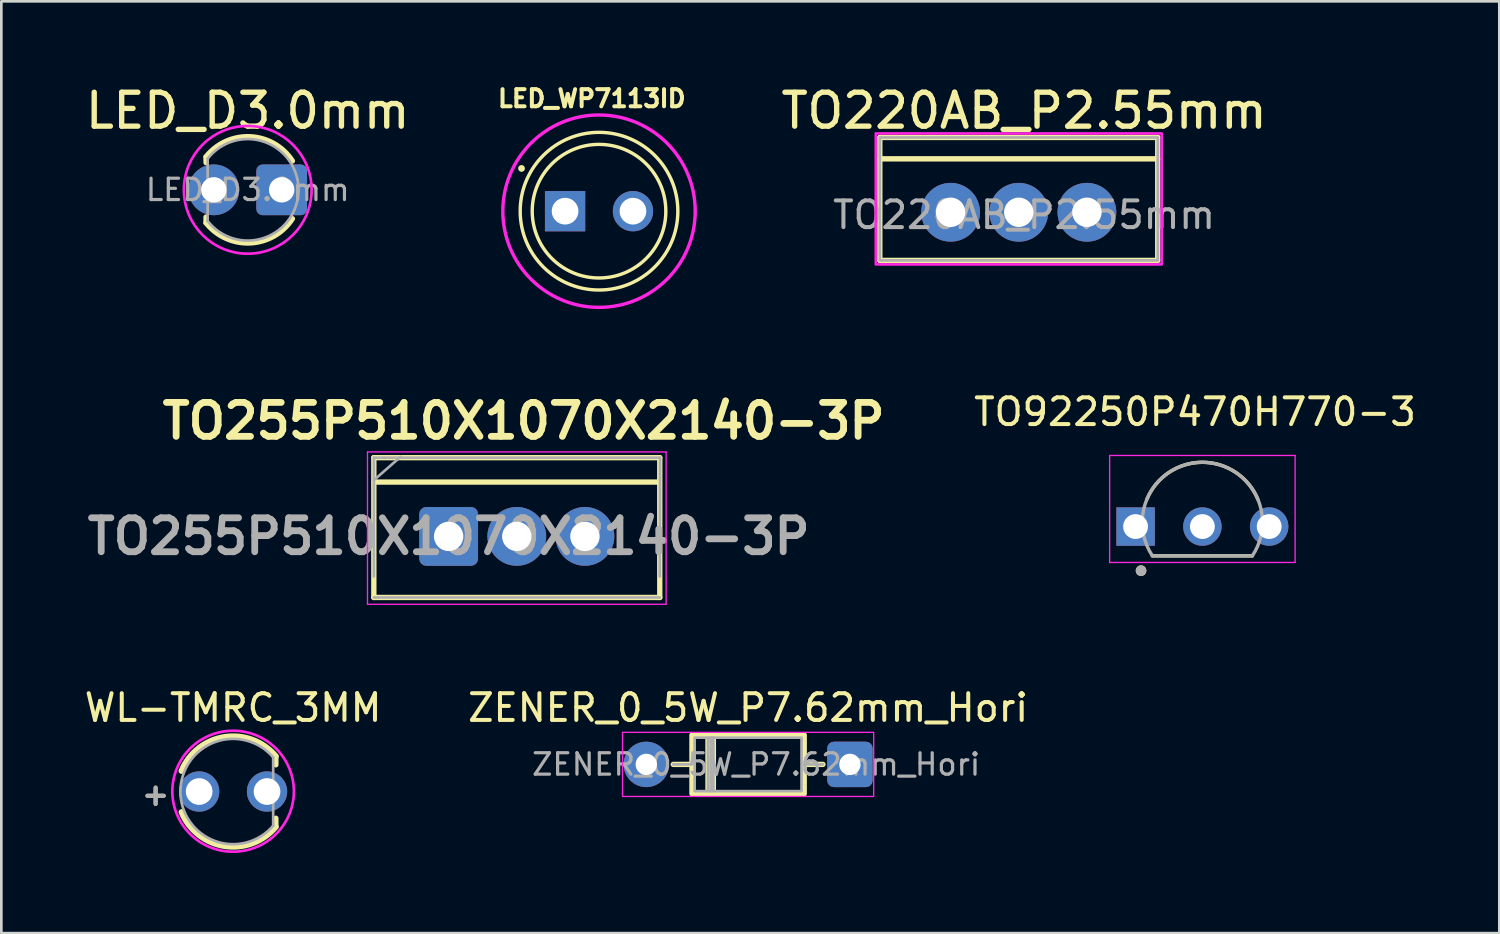
<source format=kicad_pcb>
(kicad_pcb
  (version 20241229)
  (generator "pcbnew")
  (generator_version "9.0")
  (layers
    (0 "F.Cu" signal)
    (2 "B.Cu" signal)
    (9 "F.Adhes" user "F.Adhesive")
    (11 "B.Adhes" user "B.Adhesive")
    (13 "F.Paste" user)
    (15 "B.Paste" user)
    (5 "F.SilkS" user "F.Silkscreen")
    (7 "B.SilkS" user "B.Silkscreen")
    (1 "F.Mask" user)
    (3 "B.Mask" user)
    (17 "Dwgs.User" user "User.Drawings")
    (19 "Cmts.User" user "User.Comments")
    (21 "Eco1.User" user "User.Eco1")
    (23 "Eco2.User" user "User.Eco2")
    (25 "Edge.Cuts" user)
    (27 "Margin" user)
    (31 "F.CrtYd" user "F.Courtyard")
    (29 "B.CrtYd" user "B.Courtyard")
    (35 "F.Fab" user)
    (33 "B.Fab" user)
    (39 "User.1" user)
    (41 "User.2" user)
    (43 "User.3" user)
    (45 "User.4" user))
  (footprint "TO220AB_P2.55mm"
    (layer "F.Cu")
    (at 35.075 4.894)
    (property "Reference" "TO220AB_P2.55mm" (at 0.2 -3.8 0) (layer "F.SilkS") (effects (font (size 1.27 1.27) (thickness 0.2))))
    (attr through_hole)
    (fp_line (start -5.2 -2.8) (end -5.2 1.8) (stroke (width 0.2) (type solid)) (layer "F.SilkS"))
    (fp_line (start -5.2 -2) (end 5.2 -2) (stroke (width 0.2) (type solid)) (layer "F.SilkS"))
    (fp_line (start -5.2 1.8) (end 5.2 1.8) (stroke (width 0.2) (type solid)) (layer "F.SilkS"))
    (fp_line (start 5.2 -2.8) (end -5.2 -2.8) (stroke (width 0.2) (type solid)) (layer "F.SilkS"))
    (fp_line (start 5.2 1.8) (end 5.2 -2.8) (stroke (width 0.2) (type solid)) (layer "F.SilkS"))
    (fp_rect (start -5.35 -2.95) (end 5.35 1.95) (stroke (width 0.1) (type default)) (fill no) (layer "F.CrtYd"))
    (fp_rect (start -5.2 -2.8) (end 5.2 1.8) (stroke (width 0.1) (type default)) (fill no) (layer "F.Fab"))
    (fp_text user "${REFERENCE}" (at 0.2 0.1 0) (layer "F.Fab") (effects (font (size 1 1) (thickness 0.15))))
    (pad "1" thru_hole circle (at -2.55 0) (size 2.2 2.2) (drill 1.1) (layers "*.Cu" "*.Mask"))
    (pad "2" thru_hole circle (at 0 0) (size 2.2 2.2) (drill 1.1) (layers "*.Cu" "*.Mask"))
    (pad "3" thru_hole circle (at 2.55 0) (size 2.2 2.2) (drill 1.1) (layers "*.Cu" "*.Mask")))
  (footprint "TO255P510X1070X2140-3P"
    (layer "F.Cu")
    (at 16.29 17.023)
    (property "Reference" "TO255P510X1070X2140-3P" (at 0.254 -4.318 0) (layer "F.SilkS") (effects (font (size 1.27 1.27) (thickness 0.254))))
    (attr through_hole)
    (fp_line (start -5.35 -2.946) (end -5.35 2.286) (stroke (width 0.2) (type solid)) (layer "F.SilkS"))
    (fp_line (start -5.35 2.286) (end 5.35 2.286) (stroke (width 0.2) (type solid)) (layer "F.SilkS"))
    (fp_line (start -5.334 -2.032) (end 5.334 -2.032) (stroke (width 0.2) (type solid)) (layer "F.SilkS"))
    (fp_line (start 5.35 -2.946) (end -5.35 -2.946) (stroke (width 0.2) (type solid)) (layer "F.SilkS"))
    (fp_line (start 5.35 2.286) (end 5.35 -2.946) (stroke (width 0.2) (type solid)) (layer "F.SilkS"))
    (fp_line (start -5.588 -3.161) (end 5.588 -3.161) (stroke (width 0.05) (type solid)) (layer "F.CrtYd"))
    (fp_line (start -5.588 2.54) (end -5.588 -3.161) (stroke (width 0.05) (type solid)) (layer "F.CrtYd"))
    (fp_line (start 5.588 -3.161) (end 5.588 2.54) (stroke (width 0.05) (type solid)) (layer "F.CrtYd"))
    (fp_line (start 5.588 2.54) (end -5.588 2.54) (stroke (width 0.05) (type solid)) (layer "F.CrtYd"))
    (fp_line (start -5.35 -2.103) (end -4.35 -2.978) (stroke (width 0.1) (type solid)) (layer "F.Fab"))
    (fp_line (start -5.35 1.5) (end -5.35 -2.946) (stroke (width 0.1) (type solid)) (layer "F.Fab"))
    (fp_line (start -5.34 -2.946) (end 5.36 -2.946) (stroke (width 0.1) (type solid)) (layer "F.Fab"))
    (fp_line (start 5.35 2.286) (end -5.35 2.286) (stroke (width 0.1) (type solid)) (layer "F.Fab"))
    (fp_line (start 5.36 -2.946) (end 5.35 1.5) (stroke (width 0.1) (type solid)) (layer "F.Fab"))
    (fp_text user "${REFERENCE}" (at -2.55 0 0) (layer "F.Fab") (effects (font (size 1.27 1.27) (thickness 0.254))))
    (pad "1" thru_hole roundrect (at -2.55 0) (size 2.2 2.2) (drill 1.1) (layers "*.Cu" "*.Mask") (roundrect_rratio 0.119))
    (pad "2" thru_hole circle (at 0 0) (size 2.2 2.2) (drill 1.1) (layers "*.Cu" "*.Mask"))
    (pad "3" thru_hole circle (at 2.55 0) (size 2.2 2.2) (drill 1.1) (layers "*.Cu" "*.Mask")))
  (footprint "LED_WP7113ID"
    (layer "F.Cu")
    (at 19.367 4.853)
    (property "Reference" "LED_WP7113ID" (at -0.269 -4.214 0) (layer "F.SilkS") (effects (font (size 0.641 0.641) (thickness 0.15))))
    (attr through_hole)
    (fp_circle (center -2.9 -1.6) (end -2.773 -1.6) (stroke (width 0) (type solid)) (fill yes) (layer "F.SilkS"))
    (fp_circle (center 0 0) (end 2.5 0) (stroke (width 0.127) (type solid)) (fill no) (layer "F.SilkS"))
    (fp_circle (center 0 0) (end 2.95 0) (stroke (width 0.127) (type solid)) (fill no) (layer "F.SilkS"))
    (fp_circle (center 0 0) (end 3.6 0) (stroke (width 0.127) (type solid)) (fill no) (layer "F.CrtYd"))
    (pad "A" thru_hole circle (at 1.27 0) (size 1.508 1.508) (drill 1) (layers "*.Cu" "*.Mask"))
    (pad "C" thru_hole rect (at -1.27 0) (size 1.508 1.508) (drill 1) (layers "*.Cu" "*.Mask")))
  (footprint "LED_D3.0mm"
    (layer "F.Cu")
    (at 6.221 4.054)
    (property "Reference" "LED_D3.0mm" (at 0 -2.96 0) (layer "F.SilkS") (effects (font (size 1.27 1.27) (thickness 0.2))))
    (attr through_hole)
    (fp_line (start -1.56 -1.236) (end -1.56 -1.02) (stroke (width 0.2) (type solid)) (layer "F.SilkS"))
    (fp_line (start -1.56 1.02) (end -1.56 1.236) (stroke (width 0.2) (type solid)) (layer "F.SilkS"))
    (fp_arc (start -1.56 -1.235516) (mid 0.09566 -1.987699) (end 1.671437 -1.08) (stroke (width 0.2) (type solid)) (layer "F.SilkS"))
    (fp_arc (start 1.671437 1.08) (mid 0.09566 1.987699) (end -1.56 1.235516) (stroke (width 0.2) (type solid)) (layer "F.SilkS"))
    (fp_circle (center 0 0) (end 1.45 -1.9) (stroke (width 0.1) (type default)) (fill no) (layer "F.CrtYd"))
    (fp_line (start -1.5 -1.166) (end -1.5 1.166) (stroke (width 0.1) (type solid)) (layer "F.Fab"))
    (fp_arc (start -1.5 -1.16619) (mid 1.9 0) (end -1.5 1.16619) (stroke (width 0.1) (type solid)) (layer "F.Fab"))
    (fp_text user "${REFERENCE}" (at 0 0 0) (layer "F.Fab") (effects (font (size 0.8 0.8) (thickness 0.12))))
    (pad "1" thru_hole circle (at -1.27 0) (size 1.9 1.9) (drill 0.95) (layers "*.Cu" "*.Mask"))
    (pad "2" thru_hole roundrect (at 1.27 0) (size 1.9 1.9) (drill 0.95) (layers "*.Cu" "*.Mask") (roundrect_rratio 0.125)))
  (footprint "WL-TMRC_3MM"
    (layer "F.Cu")
    (at 5.673 26.571)
    (property "Reference" "WL-TMRC_3MM" (at 0 -3.135 0) (layer "F.SilkS") (effects (font (size 1 1) (thickness 0.15))))
    (attr through_hole)
    (fp_line (start 1.6 -1) (end 1.6 -1.32) (stroke (width 0.2) (type solid)) (layer "F.SilkS"))
    (fp_line (start 1.6 1) (end 1.6 1.32) (stroke (width 0.2) (type solid)) (layer "F.SilkS"))
    (fp_arc (start -1.93 -0.77) (mid -0.320357 -2.042113) (end 1.6 -1.319999) (stroke (width 0.22) (type solid)) (layer "F.SilkS"))
    (fp_arc (start 1.6 1.319999) (mid -0.320357 2.042113) (end -1.93 0.77) (stroke (width 0.22) (type solid)) (layer "F.SilkS"))
    (fp_poly (pts (xy 0 2.25) (xy -0.131 2.247) (xy -0.249 2.238) (xy -0.366 2.222) (xy -0.483 2.201) (xy -0.598 2.173) (xy -0.712 2.139) (xy -0.823 2.1) (xy -0.933 2.054) (xy -1.04 2.003) (xy -1.144 1.947) (xy -1.245 1.885) (xy -1.342 1.818) (xy -1.436 1.746) (xy -1.526 1.669) (xy -1.612 1.587) (xy -1.694 1.501) (xy -1.771 1.411) (xy -1.843 1.317) (xy -1.91 1.22) (xy -1.972 1.119) (xy -2.028 1.015) (xy -2.079 0.908) (xy -2.125 0.798) (xy -2.164 0.687) (xy -2.198 0.573) (xy -2.226 0.458) (xy -2.247 0.341) (xy -2.263 0.224) (xy -2.272 0.106) (xy -2.275 0) (xy -2.272 -0.119) (xy -2.263 -0.238) (xy -2.247 -0.356) (xy -2.225 -0.473) (xy -2.197 -0.589) (xy -2.164 -0.703) (xy -2.124 -0.815) (xy -2.078 -0.925) (xy -2.027 -1.033) (xy -1.97 -1.137) (xy -1.908 -1.239) (xy -1.841 -1.337) (xy -1.768 -1.432) (xy -1.691 -1.522) (xy -1.609 -1.609) (xy -1.522 -1.691) (xy -1.432 -1.768) (xy -1.337 -1.841) (xy -1.239 -1.908) (xy -1.137 -1.97) (xy -1.033 -2.027) (xy -0.925 -2.078) (xy -0.815 -2.124) (xy -0.703 -2.164) (xy -0.589 -2.197) (xy -0.473 -2.225) (xy -0.356 -2.247) (xy -0.238 -2.263) (xy -0.119 -2.272) (xy 0 -2.275) (xy 0.119 -2.272) (xy 0.238 -2.263) (xy 0.356 -2.247) (xy 0.473 -2.225) (xy 0.589 -2.197) (xy 0.703 -2.164) (xy 0.815 -2.124) (xy 0.925 -2.078) (xy 1.033 -2.027) (xy 1.138 -1.97) (xy 1.239 -1.908) (xy 1.337 -1.841) (xy 1.432 -1.768) (xy 1.522 -1.691) (xy 1.609 -1.609) (xy 1.691 -1.522) (xy 1.768 -1.432) (xy 1.841 -1.337) (xy 1.908 -1.239) (xy 1.97 -1.137) (xy 2.027 -1.033) (xy 2.078 -0.925) (xy 2.124 -0.815) (xy 2.164 -0.703) (xy 2.197 -0.589) (xy 2.225 -0.473) (xy 2.247 -0.356) (xy 2.263 -0.238) (xy 2.272 -0.119) (xy 2.275 0) (xy 2.272 0.106) (xy 2.263 0.224) (xy 2.247 0.341) (xy 2.226 0.458) (xy 2.198 0.573) (xy 2.164 0.687) (xy 2.125 0.798) (xy 2.079 0.908) (xy 2.028 1.015) (xy 1.972 1.119) (xy 1.91 1.22) (xy 1.843 1.317) (xy 1.771 1.411) (xy 1.694 1.501) (xy 1.612 1.587) (xy 1.526 1.669) (xy 1.436 1.746) (xy 1.342 1.818) (xy 1.245 1.885) (xy 1.144 1.947) (xy 1.04 2.003) (xy 0.933 2.054) (xy 0.823 2.1) (xy 0.712 2.139) (xy 0.598 2.173) (xy 0.483 2.201) (xy 0.366 2.222) (xy 0.249 2.238) (xy 0.131 2.247) (xy 0 2.25)) (stroke (width 0.1) (type solid)) (fill no) (layer "F.CrtYd"))
    (fp_line (start 1.5 -1.28) (end 1.5 1.28) (stroke (width 0.1) (type solid)) (layer "F.Fab"))
    (fp_arc (start 1.5 1.28) (mid -1.971147 0) (end 1.5 -1.28) (stroke (width 0.1) (type solid)) (layer "F.Fab"))
    (fp_text user "+" (at -2.9 0.1 0) (layer "F.SilkS") (effects (font (size 0.8 0.8) (thickness 0.15))))
    (fp_text user "+" (at -2.9 0.1 0) (layer "F.Fab") (effects (font (size 0.8 0.8) (thickness 0.15))))
    (pad "1" thru_hole circle (at -1.27 0) (size 1.508 1.508) (drill 1) (layers "*.Cu" "*.Mask"))
    (pad "2" thru_hole circle (at 1.27 0) (size 1.508 1.508) (drill 1) (layers "*.Cu" "*.Mask")))
  (footprint "TO92250P470H770-3"
    (layer "F.Cu")
    (at 41.946 16.655)
    (property "Reference" "TO92250P470H770-3" (at -0.275 -4.29 0) (layer "F.SilkS") (effects (font (size 1 1) (thickness 0.15))))
    (attr through_hole)
    (fp_line (start -1.871 1.095) (end 1.871 1.095) (stroke (width 0.127) (type solid)) (layer "F.SilkS"))
    (fp_arc (start -2.07708 -1.02) (mid 0 -2.404991) (end 2.07708 -1.02) (stroke (width 0.127) (type solid)) (layer "F.SilkS"))
    (fp_circle (center -2.295 1.651) (end -2.195 1.651) (stroke (width 0.2) (type solid)) (fill no) (layer "F.SilkS"))
    (fp_line (start -3.47 -2.66) (end -3.47 1.345) (stroke (width 0.05) (type solid)) (layer "F.CrtYd"))
    (fp_line (start -3.47 1.345) (end 3.47 1.345) (stroke (width 0.05) (type solid)) (layer "F.CrtYd"))
    (fp_line (start 3.47 -2.66) (end -3.47 -2.66) (stroke (width 0.05) (type solid)) (layer "F.CrtYd"))
    (fp_line (start 3.47 1.345) (end 3.47 -2.66) (stroke (width 0.05) (type solid)) (layer "F.CrtYd"))
    (fp_line (start -1.871 1.095) (end 1.871 1.095) (stroke (width 0.127) (type solid)) (layer "F.Fab"))
    (fp_arc (start -1.87083 1.095001) (mid 0 -2.405003) (end 1.87083 1.095) (stroke (width 0.127) (type solid)) (layer "F.Fab"))
    (fp_circle (center -2.295 1.651) (end -2.195 1.651) (stroke (width 0.2) (type solid)) (fill no) (layer "F.Fab"))
    (pad "1" thru_hole rect (at -2.5 0) (size 1.438 1.438) (drill 0.93) (layers "*.Cu" "*.Mask"))
    (pad "2" thru_hole circle (at 0 0) (size 1.438 1.438) (drill 0.93) (layers "*.Cu" "*.Mask"))
    (pad "3" thru_hole circle (at 2.5 0) (size 1.438 1.438) (drill 0.93) (layers "*.Cu" "*.Mask")))
  (footprint "ZENER_0_5W_P7.62mm_Hori"
    (layer "F.Cu")
    (at 24.946 25.556)
    (property "Reference" "ZENER_0_5W_P7.62mm_Hori" (at 0 -2.12 0) (layer "F.SilkS") (effects (font (size 1 1) (thickness 0.15))))
    (attr through_hole)
    (fp_line (start -2.8 0) (end -2.1 0) (stroke (width 0.2) (type solid)) (layer "F.SilkS"))
    (fp_line (start -1.5 -1.1) (end -1.5 1.1) (stroke (width 0.2) (type solid)) (layer "F.SilkS"))
    (fp_line (start -1.4 -1.1) (end -1.4 1.1) (stroke (width 0.2) (type solid)) (layer "F.SilkS"))
    (fp_line (start -1.3 -1.1) (end -1.3 1.1) (stroke (width 0.2) (type solid)) (layer "F.SilkS"))
    (fp_line (start 2.8 0) (end 2.1 0) (stroke (width 0.2) (type solid)) (layer "F.SilkS"))
    (fp_rect (start -2.1 -1.1) (end 2.1 1.1) (stroke (width 0.2) (type solid)) (fill no) (layer "F.SilkS"))
    (fp_rect (start -4.7 -1.2) (end 4.7 1.2) (stroke (width 0.05) (type solid)) (fill no) (layer "F.CrtYd"))
    (fp_line (start -2.8 0) (end -2.1 0) (stroke (width 0.1) (type solid)) (layer "F.Fab"))
    (fp_line (start -1.5 -1) (end -1.5 1) (stroke (width 0.1) (type solid)) (layer "F.Fab"))
    (fp_line (start -1.4 -1) (end -1.4 1) (stroke (width 0.1) (type solid)) (layer "F.Fab"))
    (fp_line (start -1.3 -1) (end -1.3 1) (stroke (width 0.1) (type solid)) (layer "F.Fab"))
    (fp_line (start 2.8 0) (end 2.1 0) (stroke (width 0.1) (type solid)) (layer "F.Fab"))
    (fp_rect (start -2 -1) (end 2 1) (stroke (width 0.1) (type solid)) (fill no) (layer "F.Fab"))
    (fp_text user "${REFERENCE}" (at 0.3 0 0) (layer "F.Fab") (effects (font (size 0.8 0.8) (thickness 0.12))))
    (pad "1" thru_hole circle (at -3.81 0) (size 1.7 1.7) (drill 0.8) (layers "*.Cu" "*.Mask"))
    (pad "2" thru_hole roundrect (at 3.81 0) (size 1.7 1.7) (drill 0.8) (layers "*.Cu" "*.Mask") (roundrect_rratio 0.147)))
  (gr_rect
    (start -3 -3)
    (end 53.058 31.871)
    (stroke (width 0.1) (type default))
    (fill no)
    (layer "Edge.Cuts")))
</source>
